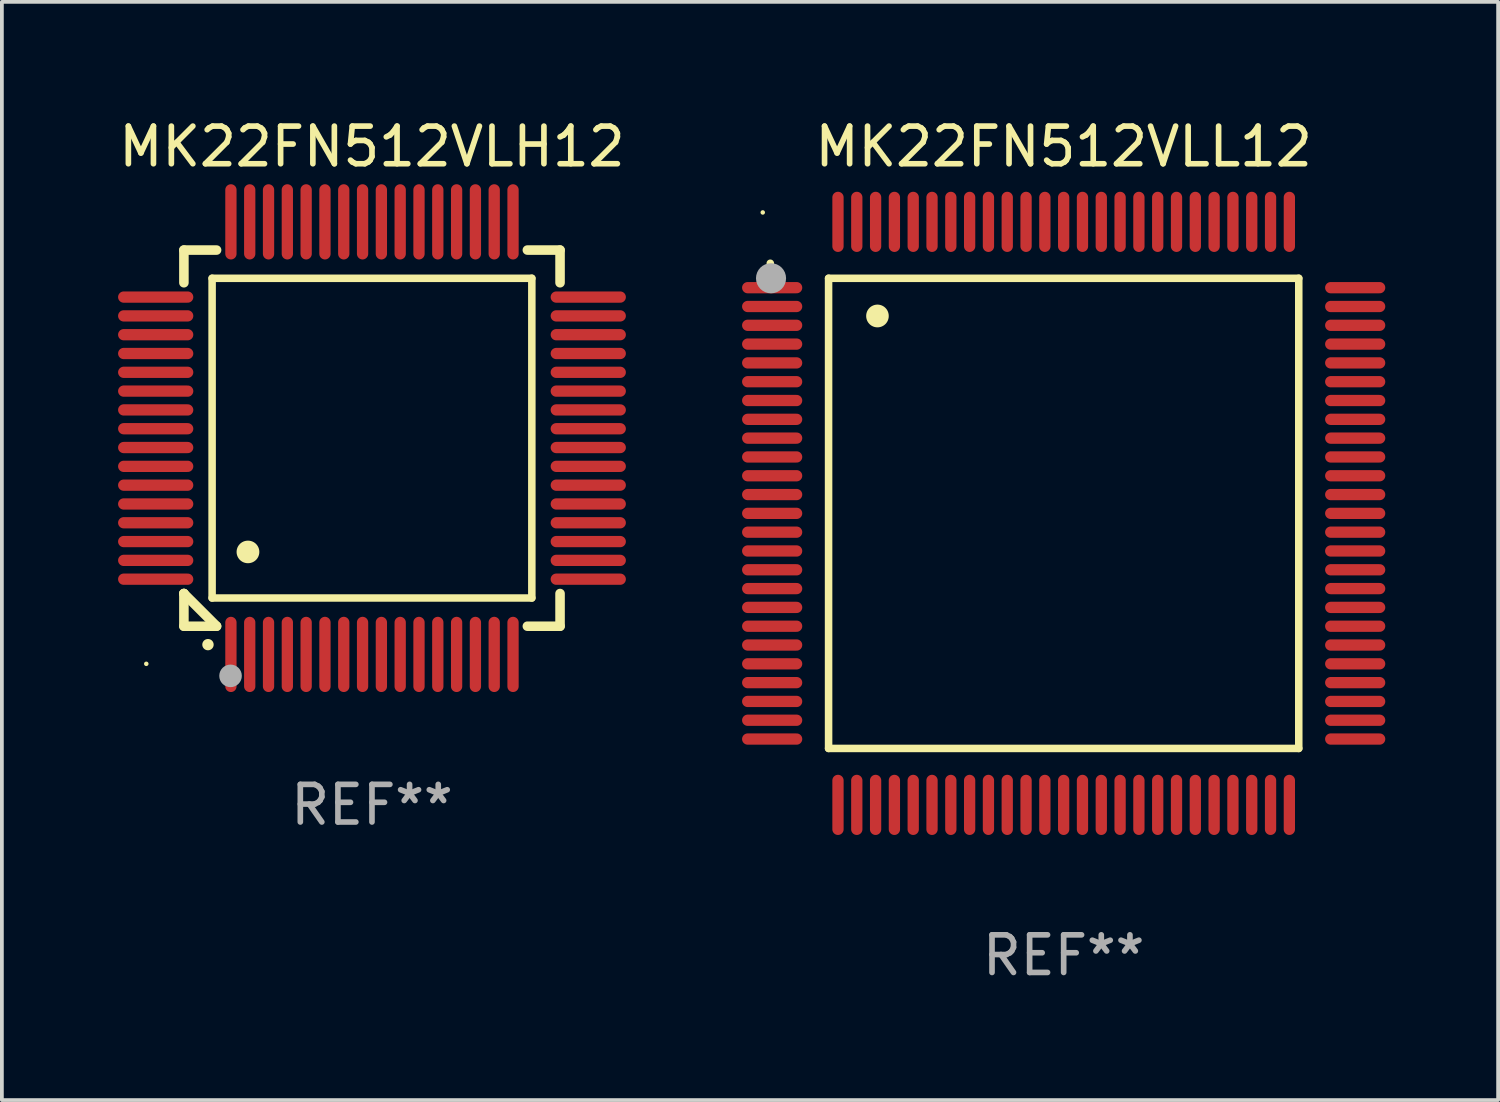
<source format=kicad_pcb>
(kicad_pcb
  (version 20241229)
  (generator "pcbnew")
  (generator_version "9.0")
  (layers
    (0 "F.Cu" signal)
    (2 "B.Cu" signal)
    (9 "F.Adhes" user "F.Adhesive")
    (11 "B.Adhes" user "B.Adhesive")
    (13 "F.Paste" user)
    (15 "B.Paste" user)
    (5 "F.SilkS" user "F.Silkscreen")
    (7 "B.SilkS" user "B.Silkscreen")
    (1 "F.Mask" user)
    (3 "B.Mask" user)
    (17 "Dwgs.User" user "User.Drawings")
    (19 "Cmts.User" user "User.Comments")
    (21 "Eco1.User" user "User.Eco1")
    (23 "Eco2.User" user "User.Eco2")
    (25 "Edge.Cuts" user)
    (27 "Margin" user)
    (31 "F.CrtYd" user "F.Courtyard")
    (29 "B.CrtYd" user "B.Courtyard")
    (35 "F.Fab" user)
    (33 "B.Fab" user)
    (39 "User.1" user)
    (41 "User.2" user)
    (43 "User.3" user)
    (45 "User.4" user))
  (footprint "MK22FN512VLH12"
    (layer "F.Cu")
    (at 6.839 8.598)
    (property "Reference" "MK22FN512VLH12" (at 0 -7.75 0) (layer "F.SilkS") (effects (font (size 1 1) (thickness 0.15))))
    (attr through_hole)
    (fp_line (start -5 -5) (end -4.131 -5) (stroke (width 0.254) (type solid)) (layer "F.SilkS"))
    (fp_line (start -5 -4.131) (end -5 -5) (stroke (width 0.254) (type solid)) (layer "F.SilkS"))
    (fp_line (start -5 4.131) (end -5 4.131) (stroke (width 0.254) (type solid)) (layer "F.SilkS"))
    (fp_line (start -5 5) (end -5 4.131) (stroke (width 0.254) (type solid)) (layer "F.SilkS"))
    (fp_line (start -5 4.131) (end -4.131 5) (stroke (width 0.254) (type solid)) (layer "F.SilkS"))
    (fp_line (start -4.25 -4.25) (end -4.25 4.25) (stroke (width 0.2) (type solid)) (layer "F.SilkS"))
    (fp_line (start -4.25 4.25) (end 4.25 4.25) (stroke (width 0.2) (type solid)) (layer "F.SilkS"))
    (fp_line (start -4.131 5) (end -5 5) (stroke (width 0.254) (type solid)) (layer "F.SilkS"))
    (fp_line (start 4.25 -4.25) (end -4.25 -4.25) (stroke (width 0.2) (type solid)) (layer "F.SilkS"))
    (fp_line (start 4.25 4.25) (end 4.25 -4.25) (stroke (width 0.2) (type solid)) (layer "F.SilkS"))
    (fp_line (start 5 -5) (end 4.131 -5) (stroke (width 0.254) (type solid)) (layer "F.SilkS"))
    (fp_line (start 5 -5) (end 5 -4.131) (stroke (width 0.254) (type solid)) (layer "F.SilkS"))
    (fp_line (start 5 4.131) (end 5 5) (stroke (width 0.254) (type solid)) (layer "F.SilkS"))
    (fp_line (start 5 5) (end 4.131 5) (stroke (width 0.254) (type solid)) (layer "F.SilkS"))
    (fp_arc (start -4.361265 5.489992) (mid -4.359995 5.489987) (end -4.358725 5.489992) (stroke (width 0.3) (type solid)) (layer "F.SilkS"))
    (fp_arc (start -3.299467 3.025146) (mid -3.296927 3.025135) (end -3.294387 3.025146) (stroke (width 0.6) (type solid)) (layer "F.SilkS"))
    (fp_circle (center -6 6) (end -5.97 6) (stroke (width 0.06) (type solid)) (fill no) (layer "F.SilkS"))
    (fp_circle (center -3.76 6.32) (end -3.61 6.32) (stroke (width 0.3) (type solid)) (fill no) (layer "F.Fab"))
    (fp_text user "REF**" (at 0 9.75 0) (layer "F.Fab") (effects (font (size 1 1) (thickness 0.15))))
    (pad "1" smd oval (at -3.75 5.75) (size 0.3 2) (layers "F.Cu" "F.Mask" "F.Paste"))
    (pad "2" smd oval (at -3.25 5.75) (size 0.3 2) (layers "F.Cu" "F.Mask" "F.Paste"))
    (pad "3" smd oval (at -2.75 5.75) (size 0.3 2) (layers "F.Cu" "F.Mask" "F.Paste"))
    (pad "4" smd oval (at -2.25 5.75) (size 0.3 2) (layers "F.Cu" "F.Mask" "F.Paste"))
    (pad "5" smd oval (at -1.75 5.75) (size 0.3 2) (layers "F.Cu" "F.Mask" "F.Paste"))
    (pad "6" smd oval (at -1.25 5.75) (size 0.3 2) (layers "F.Cu" "F.Mask" "F.Paste"))
    (pad "7" smd oval (at -0.75 5.75) (size 0.3 2) (layers "F.Cu" "F.Mask" "F.Paste"))
    (pad "8" smd oval (at -0.25 5.75) (size 0.3 2) (layers "F.Cu" "F.Mask" "F.Paste"))
    (pad "9" smd oval (at 0.25 5.75) (size 0.3 2) (layers "F.Cu" "F.Mask" "F.Paste"))
    (pad "10" smd oval (at 0.75 5.75) (size 0.3 2) (layers "F.Cu" "F.Mask" "F.Paste"))
    (pad "11" smd oval (at 1.25 5.75) (size 0.3 2) (layers "F.Cu" "F.Mask" "F.Paste"))
    (pad "12" smd oval (at 1.75 5.75) (size 0.3 2) (layers "F.Cu" "F.Mask" "F.Paste"))
    (pad "13" smd oval (at 2.25 5.75) (size 0.3 2) (layers "F.Cu" "F.Mask" "F.Paste"))
    (pad "14" smd oval (at 2.75 5.75) (size 0.3 2) (layers "F.Cu" "F.Mask" "F.Paste"))
    (pad "15" smd oval (at 3.25 5.75) (size 0.3 2) (layers "F.Cu" "F.Mask" "F.Paste"))
    (pad "16" smd oval (at 3.75 5.75) (size 0.3 2) (layers "F.Cu" "F.Mask" "F.Paste"))
    (pad "17" smd oval (at 5.75 3.75) (size 2 0.3) (layers "F.Cu" "F.Mask" "F.Paste"))
    (pad "18" smd oval (at 5.75 3.25) (size 2 0.3) (layers "F.Cu" "F.Mask" "F.Paste"))
    (pad "19" smd oval (at 5.75 2.75) (size 2 0.3) (layers "F.Cu" "F.Mask" "F.Paste"))
    (pad "20" smd oval (at 5.75 2.25) (size 2 0.3) (layers "F.Cu" "F.Mask" "F.Paste"))
    (pad "21" smd oval (at 5.75 1.75) (size 2 0.3) (layers "F.Cu" "F.Mask" "F.Paste"))
    (pad "22" smd oval (at 5.75 1.25) (size 2 0.3) (layers "F.Cu" "F.Mask" "F.Paste"))
    (pad "23" smd oval (at 5.75 0.75) (size 2 0.3) (layers "F.Cu" "F.Mask" "F.Paste"))
    (pad "24" smd oval (at 5.75 0.25) (size 2 0.3) (layers "F.Cu" "F.Mask" "F.Paste"))
    (pad "25" smd oval (at 5.75 -0.25) (size 2 0.3) (layers "F.Cu" "F.Mask" "F.Paste"))
    (pad "26" smd oval (at 5.75 -0.75) (size 2 0.3) (layers "F.Cu" "F.Mask" "F.Paste"))
    (pad "27" smd oval (at 5.75 -1.25) (size 2 0.3) (layers "F.Cu" "F.Mask" "F.Paste"))
    (pad "28" smd oval (at 5.75 -1.75) (size 2 0.3) (layers "F.Cu" "F.Mask" "F.Paste"))
    (pad "29" smd oval (at 5.75 -2.25) (size 2 0.3) (layers "F.Cu" "F.Mask" "F.Paste"))
    (pad "30" smd oval (at 5.75 -2.75) (size 2 0.3) (layers "F.Cu" "F.Mask" "F.Paste"))
    (pad "31" smd oval (at 5.75 -3.25) (size 2 0.3) (layers "F.Cu" "F.Mask" "F.Paste"))
    (pad "32" smd oval (at 5.75 -3.75) (size 2 0.3) (layers "F.Cu" "F.Mask" "F.Paste"))
    (pad "33" smd oval (at 3.75 -5.75) (size 0.3 2) (layers "F.Cu" "F.Mask" "F.Paste"))
    (pad "34" smd oval (at 3.25 -5.75) (size 0.3 2) (layers "F.Cu" "F.Mask" "F.Paste"))
    (pad "35" smd oval (at 2.75 -5.75) (size 0.3 2) (layers "F.Cu" "F.Mask" "F.Paste"))
    (pad "36" smd oval (at 2.25 -5.75) (size 0.3 2) (layers "F.Cu" "F.Mask" "F.Paste"))
    (pad "37" smd oval (at 1.75 -5.75) (size 0.3 2) (layers "F.Cu" "F.Mask" "F.Paste"))
    (pad "38" smd oval (at 1.25 -5.75) (size 0.3 2) (layers "F.Cu" "F.Mask" "F.Paste"))
    (pad "39" smd oval (at 0.75 -5.75) (size 0.3 2) (layers "F.Cu" "F.Mask" "F.Paste"))
    (pad "40" smd oval (at 0.25 -5.75) (size 0.3 2) (layers "F.Cu" "F.Mask" "F.Paste"))
    (pad "41" smd oval (at -0.25 -5.75) (size 0.3 2) (layers "F.Cu" "F.Mask" "F.Paste"))
    (pad "42" smd oval (at -0.75 -5.75) (size 0.3 2) (layers "F.Cu" "F.Mask" "F.Paste"))
    (pad "43" smd oval (at -1.25 -5.75) (size 0.3 2) (layers "F.Cu" "F.Mask" "F.Paste"))
    (pad "44" smd oval (at -1.75 -5.75) (size 0.3 2) (layers "F.Cu" "F.Mask" "F.Paste"))
    (pad "45" smd oval (at -2.25 -5.75) (size 0.3 2) (layers "F.Cu" "F.Mask" "F.Paste"))
    (pad "46" smd oval (at -2.75 -5.75) (size 0.3 2) (layers "F.Cu" "F.Mask" "F.Paste"))
    (pad "47" smd oval (at -3.25 -5.75) (size 0.3 2) (layers "F.Cu" "F.Mask" "F.Paste"))
    (pad "48" smd oval (at -3.75 -5.75) (size 0.3 2) (layers "F.Cu" "F.Mask" "F.Paste"))
    (pad "49" smd oval (at -5.75 -3.75) (size 2 0.3) (layers "F.Cu" "F.Mask" "F.Paste"))
    (pad "50" smd oval (at -5.75 -3.25) (size 2 0.3) (layers "F.Cu" "F.Mask" "F.Paste"))
    (pad "51" smd oval (at -5.75 -2.75) (size 2 0.3) (layers "F.Cu" "F.Mask" "F.Paste"))
    (pad "52" smd oval (at -5.75 -2.25) (size 2 0.3) (layers "F.Cu" "F.Mask" "F.Paste"))
    (pad "53" smd oval (at -5.75 -1.75) (size 2 0.3) (layers "F.Cu" "F.Mask" "F.Paste"))
    (pad "54" smd oval (at -5.75 -1.25) (size 2 0.3) (layers "F.Cu" "F.Mask" "F.Paste"))
    (pad "55" smd oval (at -5.75 -0.75) (size 2 0.3) (layers "F.Cu" "F.Mask" "F.Paste"))
    (pad "56" smd oval (at -5.75 -0.25) (size 2 0.3) (layers "F.Cu" "F.Mask" "F.Paste"))
    (pad "57" smd oval (at -5.75 0.25) (size 2 0.3) (layers "F.Cu" "F.Mask" "F.Paste"))
    (pad "58" smd oval (at -5.75 0.75) (size 2 0.3) (layers "F.Cu" "F.Mask" "F.Paste"))
    (pad "59" smd oval (at -5.75 1.25) (size 2 0.3) (layers "F.Cu" "F.Mask" "F.Paste"))
    (pad "60" smd oval (at -5.75 1.75) (size 2 0.3) (layers "F.Cu" "F.Mask" "F.Paste"))
    (pad "61" smd oval (at -5.75 2.25) (size 2 0.3) (layers "F.Cu" "F.Mask" "F.Paste"))
    (pad "62" smd oval (at -5.75 2.75) (size 2 0.3) (layers "F.Cu" "F.Mask" "F.Paste"))
    (pad "63" smd oval (at -5.75 3.25) (size 2 0.3) (layers "F.Cu" "F.Mask" "F.Paste"))
    (pad "64" smd oval (at -5.75 3.75) (size 2 0.3) (layers "F.Cu" "F.Mask" "F.Paste")))
  (footprint "MK22FN512VLL12"
    (layer "F.Cu")
    (at 25.228 10.598)
    (property "Reference" "MK22FN512VLL12" (at 0 -9.75 0) (layer "F.SilkS") (effects (font (size 1 1) (thickness 0.15))))
    (attr through_hole)
    (fp_line (start -6.25 -6.25) (end -6.25 6.25) (stroke (width 0.2) (type solid)) (layer "F.SilkS"))
    (fp_line (start -6.25 6.25) (end 6.25 6.25) (stroke (width 0.2) (type solid)) (layer "F.SilkS"))
    (fp_line (start 6.25 -6.25) (end -6.25 -6.25) (stroke (width 0.2) (type solid)) (layer "F.SilkS"))
    (fp_line (start 6.25 6.25) (end 6.25 -6.25) (stroke (width 0.2) (type solid)) (layer "F.SilkS"))
    (fp_arc (start -7.799568 -6.647625) (mid -7.799571 -6.648463) (end -7.799568 -6.649301) (stroke (width 0.2) (type solid)) (layer "F.SilkS"))
    (fp_arc (start -4.95047 -5.245111) (mid -4.950481 -5.247651) (end -4.95047 -5.250191) (stroke (width 0.6) (type solid)) (layer "F.SilkS"))
    (fp_circle (center -8 -8) (end -7.97 -8) (stroke (width 0.06) (type solid)) (fill no) (layer "F.SilkS"))
    (fp_circle (center -7.78 -6.25) (end -7.58 -6.25) (stroke (width 0.4) (type solid)) (fill no) (layer "F.Fab"))
    (fp_text user "REF**" (at 0 11.75 0) (layer "F.Fab") (effects (font (size 1 1) (thickness 0.15))))
    (pad "1" smd oval (at -7.75 -6 90) (size 0.3 1.6) (layers "F.Cu" "F.Mask" "F.Paste"))
    (pad "2" smd oval (at -7.75 -5.5 90) (size 0.3 1.6) (layers "F.Cu" "F.Mask" "F.Paste"))
    (pad "3" smd oval (at -7.75 -5 90) (size 0.3 1.6) (layers "F.Cu" "F.Mask" "F.Paste"))
    (pad "4" smd oval (at -7.75 -4.5 90) (size 0.3 1.6) (layers "F.Cu" "F.Mask" "F.Paste"))
    (pad "5" smd oval (at -7.75 -4 90) (size 0.3 1.6) (layers "F.Cu" "F.Mask" "F.Paste"))
    (pad "6" smd oval (at -7.75 -3.5 90) (size 0.3 1.6) (layers "F.Cu" "F.Mask" "F.Paste"))
    (pad "7" smd oval (at -7.75 -3 90) (size 0.3 1.6) (layers "F.Cu" "F.Mask" "F.Paste"))
    (pad "8" smd oval (at -7.75 -2.5 90) (size 0.3 1.6) (layers "F.Cu" "F.Mask" "F.Paste"))
    (pad "9" smd oval (at -7.75 -2 90) (size 0.3 1.6) (layers "F.Cu" "F.Mask" "F.Paste"))
    (pad "10" smd oval (at -7.75 -1.5 90) (size 0.3 1.6) (layers "F.Cu" "F.Mask" "F.Paste"))
    (pad "11" smd oval (at -7.75 -1 90) (size 0.3 1.6) (layers "F.Cu" "F.Mask" "F.Paste"))
    (pad "12" smd oval (at -7.75 -0.5 90) (size 0.3 1.6) (layers "F.Cu" "F.Mask" "F.Paste"))
    (pad "13" smd oval (at -7.75 0 90) (size 0.3 1.6) (layers "F.Cu" "F.Mask" "F.Paste"))
    (pad "14" smd oval (at -7.75 0.5 90) (size 0.3 1.6) (layers "F.Cu" "F.Mask" "F.Paste"))
    (pad "15" smd oval (at -7.75 1 90) (size 0.3 1.6) (layers "F.Cu" "F.Mask" "F.Paste"))
    (pad "16" smd oval (at -7.75 1.5 90) (size 0.3 1.6) (layers "F.Cu" "F.Mask" "F.Paste"))
    (pad "17" smd oval (at -7.75 2 90) (size 0.3 1.6) (layers "F.Cu" "F.Mask" "F.Paste"))
    (pad "18" smd oval (at -7.75 2.5 90) (size 0.3 1.6) (layers "F.Cu" "F.Mask" "F.Paste"))
    (pad "19" smd oval (at -7.75 3 90) (size 0.3 1.6) (layers "F.Cu" "F.Mask" "F.Paste"))
    (pad "20" smd oval (at -7.75 3.5 90) (size 0.3 1.6) (layers "F.Cu" "F.Mask" "F.Paste"))
    (pad "21" smd oval (at -7.75 4 90) (size 0.3 1.6) (layers "F.Cu" "F.Mask" "F.Paste"))
    (pad "22" smd oval (at -7.75 4.5 90) (size 0.3 1.6) (layers "F.Cu" "F.Mask" "F.Paste"))
    (pad "23" smd oval (at -7.75 5 90) (size 0.3 1.6) (layers "F.Cu" "F.Mask" "F.Paste"))
    (pad "24" smd oval (at -7.75 5.5 90) (size 0.3 1.6) (layers "F.Cu" "F.Mask" "F.Paste"))
    (pad "25" smd oval (at -7.75 6 90) (size 0.3 1.6) (layers "F.Cu" "F.Mask" "F.Paste"))
    (pad "26" smd oval (at -6 7.75) (size 0.3 1.6) (layers "F.Cu" "F.Mask" "F.Paste"))
    (pad "27" smd oval (at -5.5 7.75) (size 0.3 1.6) (layers "F.Cu" "F.Mask" "F.Paste"))
    (pad "28" smd oval (at -5 7.75) (size 0.3 1.6) (layers "F.Cu" "F.Mask" "F.Paste"))
    (pad "29" smd oval (at -4.5 7.75) (size 0.3 1.6) (layers "F.Cu" "F.Mask" "F.Paste"))
    (pad "30" smd oval (at -4 7.75) (size 0.3 1.6) (layers "F.Cu" "F.Mask" "F.Paste"))
    (pad "31" smd oval (at -3.5 7.75) (size 0.3 1.6) (layers "F.Cu" "F.Mask" "F.Paste"))
    (pad "32" smd oval (at -3 7.75) (size 0.3 1.6) (layers "F.Cu" "F.Mask" "F.Paste"))
    (pad "33" smd oval (at -2.5 7.75) (size 0.3 1.6) (layers "F.Cu" "F.Mask" "F.Paste"))
    (pad "34" smd oval (at -2 7.75) (size 0.3 1.6) (layers "F.Cu" "F.Mask" "F.Paste"))
    (pad "35" smd oval (at -1.5 7.75) (size 0.3 1.6) (layers "F.Cu" "F.Mask" "F.Paste"))
    (pad "36" smd oval (at -1 7.75) (size 0.3 1.6) (layers "F.Cu" "F.Mask" "F.Paste"))
    (pad "37" smd oval (at -0.5 7.75) (size 0.3 1.6) (layers "F.Cu" "F.Mask" "F.Paste"))
    (pad "38" smd oval (at 0 7.75) (size 0.3 1.6) (layers "F.Cu" "F.Mask" "F.Paste"))
    (pad "39" smd oval (at 0.5 7.75) (size 0.3 1.6) (layers "F.Cu" "F.Mask" "F.Paste"))
    (pad "40" smd oval (at 1 7.75) (size 0.3 1.6) (layers "F.Cu" "F.Mask" "F.Paste"))
    (pad "41" smd oval (at 1.5 7.75) (size 0.3 1.6) (layers "F.Cu" "F.Mask" "F.Paste"))
    (pad "42" smd oval (at 2 7.75) (size 0.3 1.6) (layers "F.Cu" "F.Mask" "F.Paste"))
    (pad "43" smd oval (at 2.5 7.75) (size 0.3 1.6) (layers "F.Cu" "F.Mask" "F.Paste"))
    (pad "44" smd oval (at 3 7.75) (size 0.3 1.6) (layers "F.Cu" "F.Mask" "F.Paste"))
    (pad "45" smd oval (at 3.5 7.75) (size 0.3 1.6) (layers "F.Cu" "F.Mask" "F.Paste"))
    (pad "46" smd oval (at 4 7.75) (size 0.3 1.6) (layers "F.Cu" "F.Mask" "F.Paste"))
    (pad "47" smd oval (at 4.5 7.75) (size 0.3 1.6) (layers "F.Cu" "F.Mask" "F.Paste"))
    (pad "48" smd oval (at 5 7.75) (size 0.3 1.6) (layers "F.Cu" "F.Mask" "F.Paste"))
    (pad "49" smd oval (at 5.5 7.75) (size 0.3 1.6) (layers "F.Cu" "F.Mask" "F.Paste"))
    (pad "50" smd oval (at 6 7.75) (size 0.3 1.6) (layers "F.Cu" "F.Mask" "F.Paste"))
    (pad "51" smd oval (at 7.75 6 90) (size 0.3 1.6) (layers "F.Cu" "F.Mask" "F.Paste"))
    (pad "52" smd oval (at 7.75 5.5 90) (size 0.3 1.6) (layers "F.Cu" "F.Mask" "F.Paste"))
    (pad "53" smd oval (at 7.75 5 90) (size 0.3 1.6) (layers "F.Cu" "F.Mask" "F.Paste"))
    (pad "54" smd oval (at 7.75 4.5 90) (size 0.3 1.6) (layers "F.Cu" "F.Mask" "F.Paste"))
    (pad "55" smd oval (at 7.75 4 90) (size 0.3 1.6) (layers "F.Cu" "F.Mask" "F.Paste"))
    (pad "56" smd oval (at 7.75 3.5 90) (size 0.3 1.6) (layers "F.Cu" "F.Mask" "F.Paste"))
    (pad "57" smd oval (at 7.75 3 90) (size 0.3 1.6) (layers "F.Cu" "F.Mask" "F.Paste"))
    (pad "58" smd oval (at 7.75 2.5 90) (size 0.3 1.6) (layers "F.Cu" "F.Mask" "F.Paste"))
    (pad "59" smd oval (at 7.75 2 90) (size 0.3 1.6) (layers "F.Cu" "F.Mask" "F.Paste"))
    (pad "60" smd oval (at 7.75 1.5 90) (size 0.3 1.6) (layers "F.Cu" "F.Mask" "F.Paste"))
    (pad "61" smd oval (at 7.75 1 90) (size 0.3 1.6) (layers "F.Cu" "F.Mask" "F.Paste"))
    (pad "62" smd oval (at 7.75 0.5 90) (size 0.3 1.6) (layers "F.Cu" "F.Mask" "F.Paste"))
    (pad "63" smd oval (at 7.75 0 90) (size 0.3 1.6) (layers "F.Cu" "F.Mask" "F.Paste"))
    (pad "64" smd oval (at 7.75 -0.5 90) (size 0.3 1.6) (layers "F.Cu" "F.Mask" "F.Paste"))
    (pad "65" smd oval (at 7.75 -1 90) (size 0.3 1.6) (layers "F.Cu" "F.Mask" "F.Paste"))
    (pad "66" smd oval (at 7.75 -1.5 90) (size 0.3 1.6) (layers "F.Cu" "F.Mask" "F.Paste"))
    (pad "67" smd oval (at 7.75 -2 90) (size 0.3 1.6) (layers "F.Cu" "F.Mask" "F.Paste"))
    (pad "68" smd oval (at 7.75 -2.5 90) (size 0.3 1.6) (layers "F.Cu" "F.Mask" "F.Paste"))
    (pad "69" smd oval (at 7.75 -3 90) (size 0.3 1.6) (layers "F.Cu" "F.Mask" "F.Paste"))
    (pad "70" smd oval (at 7.75 -3.5 90) (size 0.3 1.6) (layers "F.Cu" "F.Mask" "F.Paste"))
    (pad "71" smd oval (at 7.75 -4 90) (size 0.3 1.6) (layers "F.Cu" "F.Mask" "F.Paste"))
    (pad "72" smd oval (at 7.75 -4.5 90) (size 0.3 1.6) (layers "F.Cu" "F.Mask" "F.Paste"))
    (pad "73" smd oval (at 7.75 -5 90) (size 0.3 1.6) (layers "F.Cu" "F.Mask" "F.Paste"))
    (pad "74" smd oval (at 7.75 -5.5 90) (size 0.3 1.6) (layers "F.Cu" "F.Mask" "F.Paste"))
    (pad "75" smd oval (at 7.75 -6 90) (size 0.3 1.6) (layers "F.Cu" "F.Mask" "F.Paste"))
    (pad "76" smd oval (at 6 -7.75) (size 0.3 1.6) (layers "F.Cu" "F.Mask" "F.Paste"))
    (pad "77" smd oval (at 5.5 -7.75) (size 0.3 1.6) (layers "F.Cu" "F.Mask" "F.Paste"))
    (pad "78" smd oval (at 5 -7.75) (size 0.3 1.6) (layers "F.Cu" "F.Mask" "F.Paste"))
    (pad "79" smd oval (at 4.5 -7.75) (size 0.3 1.6) (layers "F.Cu" "F.Mask" "F.Paste"))
    (pad "80" smd oval (at 4 -7.75) (size 0.3 1.6) (layers "F.Cu" "F.Mask" "F.Paste"))
    (pad "81" smd oval (at 3.5 -7.75) (size 0.3 1.6) (layers "F.Cu" "F.Mask" "F.Paste"))
    (pad "82" smd oval (at 3 -7.75) (size 0.3 1.6) (layers "F.Cu" "F.Mask" "F.Paste"))
    (pad "83" smd oval (at 2.5 -7.75) (size 0.3 1.6) (layers "F.Cu" "F.Mask" "F.Paste"))
    (pad "84" smd oval (at 2 -7.75) (size 0.3 1.6) (layers "F.Cu" "F.Mask" "F.Paste"))
    (pad "85" smd oval (at 1.5 -7.75) (size 0.3 1.6) (layers "F.Cu" "F.Mask" "F.Paste"))
    (pad "86" smd oval (at 1 -7.75) (size 0.3 1.6) (layers "F.Cu" "F.Mask" "F.Paste"))
    (pad "87" smd oval (at 0.5 -7.75) (size 0.3 1.6) (layers "F.Cu" "F.Mask" "F.Paste"))
    (pad "88" smd oval (at 0 -7.75) (size 0.3 1.6) (layers "F.Cu" "F.Mask" "F.Paste"))
    (pad "89" smd oval (at -0.5 -7.75) (size 0.3 1.6) (layers "F.Cu" "F.Mask" "F.Paste"))
    (pad "90" smd oval (at -1 -7.75) (size 0.3 1.6) (layers "F.Cu" "F.Mask" "F.Paste"))
    (pad "91" smd oval (at -1.5 -7.75) (size 0.3 1.6) (layers "F.Cu" "F.Mask" "F.Paste"))
    (pad "92" smd oval (at -2 -7.75) (size 0.3 1.6) (layers "F.Cu" "F.Mask" "F.Paste"))
    (pad "93" smd oval (at -2.5 -7.75) (size 0.3 1.6) (layers "F.Cu" "F.Mask" "F.Paste"))
    (pad "94" smd oval (at -3 -7.75) (size 0.3 1.6) (layers "F.Cu" "F.Mask" "F.Paste"))
    (pad "95" smd oval (at -3.5 -7.75) (size 0.3 1.6) (layers "F.Cu" "F.Mask" "F.Paste"))
    (pad "96" smd oval (at -4 -7.75) (size 0.3 1.6) (layers "F.Cu" "F.Mask" "F.Paste"))
    (pad "97" smd oval (at -4.5 -7.75) (size 0.3 1.6) (layers "F.Cu" "F.Mask" "F.Paste"))
    (pad "98" smd oval (at -5 -7.75) (size 0.3 1.6) (layers "F.Cu" "F.Mask" "F.Paste"))
    (pad "99" smd oval (at -5.5 -7.75) (size 0.3 1.6) (layers "F.Cu" "F.Mask" "F.Paste"))
    (pad "100" smd oval (at -6 -7.75) (size 0.3 1.6) (layers "F.Cu" "F.Mask" "F.Paste")))
  (gr_rect
    (start -3 -3)
    (end 36.778 26.196)
    (stroke (width 0.1) (type default))
    (fill no)
    (layer "Edge.Cuts")))
</source>
